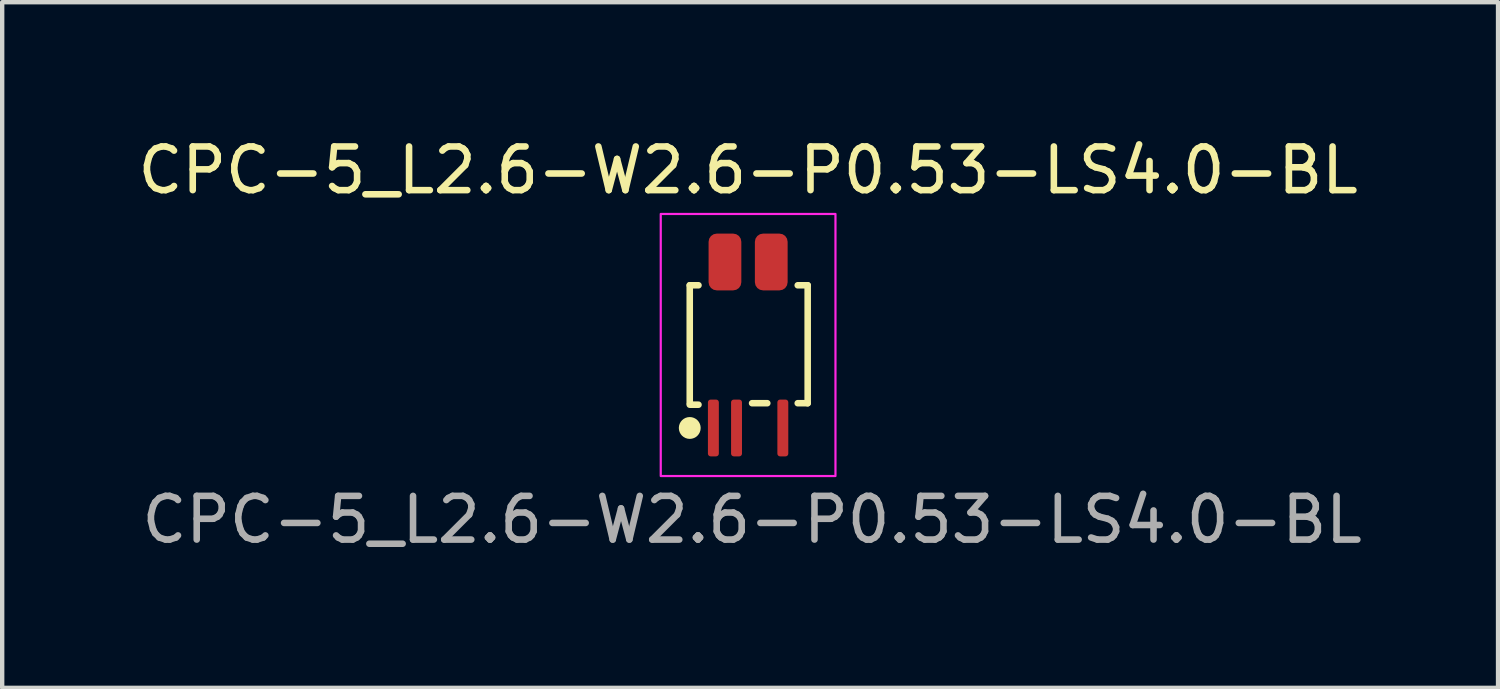
<source format=kicad_pcb>
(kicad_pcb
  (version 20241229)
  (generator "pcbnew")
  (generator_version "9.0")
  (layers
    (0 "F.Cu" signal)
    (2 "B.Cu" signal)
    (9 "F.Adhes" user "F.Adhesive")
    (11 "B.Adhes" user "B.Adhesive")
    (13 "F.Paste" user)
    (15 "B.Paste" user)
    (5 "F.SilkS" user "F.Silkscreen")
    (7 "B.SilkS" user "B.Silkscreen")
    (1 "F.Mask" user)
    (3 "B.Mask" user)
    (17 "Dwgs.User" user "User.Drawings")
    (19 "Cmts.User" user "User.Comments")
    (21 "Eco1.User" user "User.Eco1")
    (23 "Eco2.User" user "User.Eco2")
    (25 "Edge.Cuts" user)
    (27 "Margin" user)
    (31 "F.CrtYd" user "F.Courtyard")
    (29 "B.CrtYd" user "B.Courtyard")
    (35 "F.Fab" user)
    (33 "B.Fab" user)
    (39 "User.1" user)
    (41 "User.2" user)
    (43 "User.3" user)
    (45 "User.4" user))
  (footprint "CPC-5_L2.6-W2.6-P0.53-LS4.0-BL"
    (layer "F.Cu")
    (at 14.077 4.848)
    (property "Reference" "CPC-5_L2.6-W2.6-P0.53-LS4.0-BL" (at 0 -4 0) (unlocked yes) (layer "F.SilkS") (effects (font (size 1 1) (thickness 0.15))))
    (attr smd)
    (fp_line (start -1.336 -1.367) (end -1.336 1.333) (stroke (width 0.15) (type default)) (layer "F.SilkS"))
    (fp_line (start -1.336 -1.367) (end -1.136 -1.367) (stroke (width 0.15) (type default)) (layer "F.SilkS"))
    (fp_line (start -1.336 1.367) (end -1.136 1.367) (stroke (width 0.15) (type default)) (layer "F.SilkS"))
    (fp_line (start 0.091 1.333) (end 0.439 1.333) (stroke (width 0.15) (type default)) (layer "F.SilkS"))
    (fp_line (start 1.136 -1.367) (end 1.364 -1.367) (stroke (width 0.15) (type default)) (layer "F.SilkS"))
    (fp_line (start 1.136 1.333) (end 1.364 1.333) (stroke (width 0.15) (type default)) (layer "F.SilkS"))
    (fp_line (start 1.364 -1.367) (end 1.364 1.333) (stroke (width 0.15) (type default)) (layer "F.SilkS"))
    (fp_circle (center -1.336 1.9) (end -1.136 1.9) (stroke (width 0.1) (type solid)) (fill yes) (layer "F.SilkS"))
    (fp_rect (start -2 -3) (end 2 3) (stroke (width 0.05) (type default)) (fill no) (layer "F.CrtYd"))
    (fp_text user "${REFERENCE}" (at 0.091 4 0) (unlocked yes) (layer "F.Fab") (effects (font (size 1 1) (thickness 0.15))))
    (pad "1" smd roundrect (at -0.795 1.9) (size 0.25 1.3) (layers "F.Cu" "F.Mask" "F.Paste") (roundrect_rratio 0.25))
    (pad "2" smd roundrect (at -0.265 1.9) (size 0.25 1.3) (layers "F.Cu" "F.Mask" "F.Paste") (roundrect_rratio 0.25))
    (pad "3" smd roundrect (at 0.795 1.9) (size 0.25 1.3) (layers "F.Cu" "F.Mask" "F.Paste") (roundrect_rratio 0.25))
    (pad "4" smd roundrect (at 0.53 -1.9) (size 0.75 1.3) (layers "F.Cu" "F.Mask" "F.Paste") (roundrect_rratio 0.25))
    (pad "5" smd roundrect (at -0.53 -1.9) (size 0.75 1.3) (layers "F.Cu" "F.Mask" "F.Paste") (roundrect_rratio 0.25)))
  (gr_rect
    (start -3 -3)
    (end 31.246 12.697)
    (stroke (width 0.1) (type default))
    (fill no)
    (layer "Edge.Cuts")))
</source>
